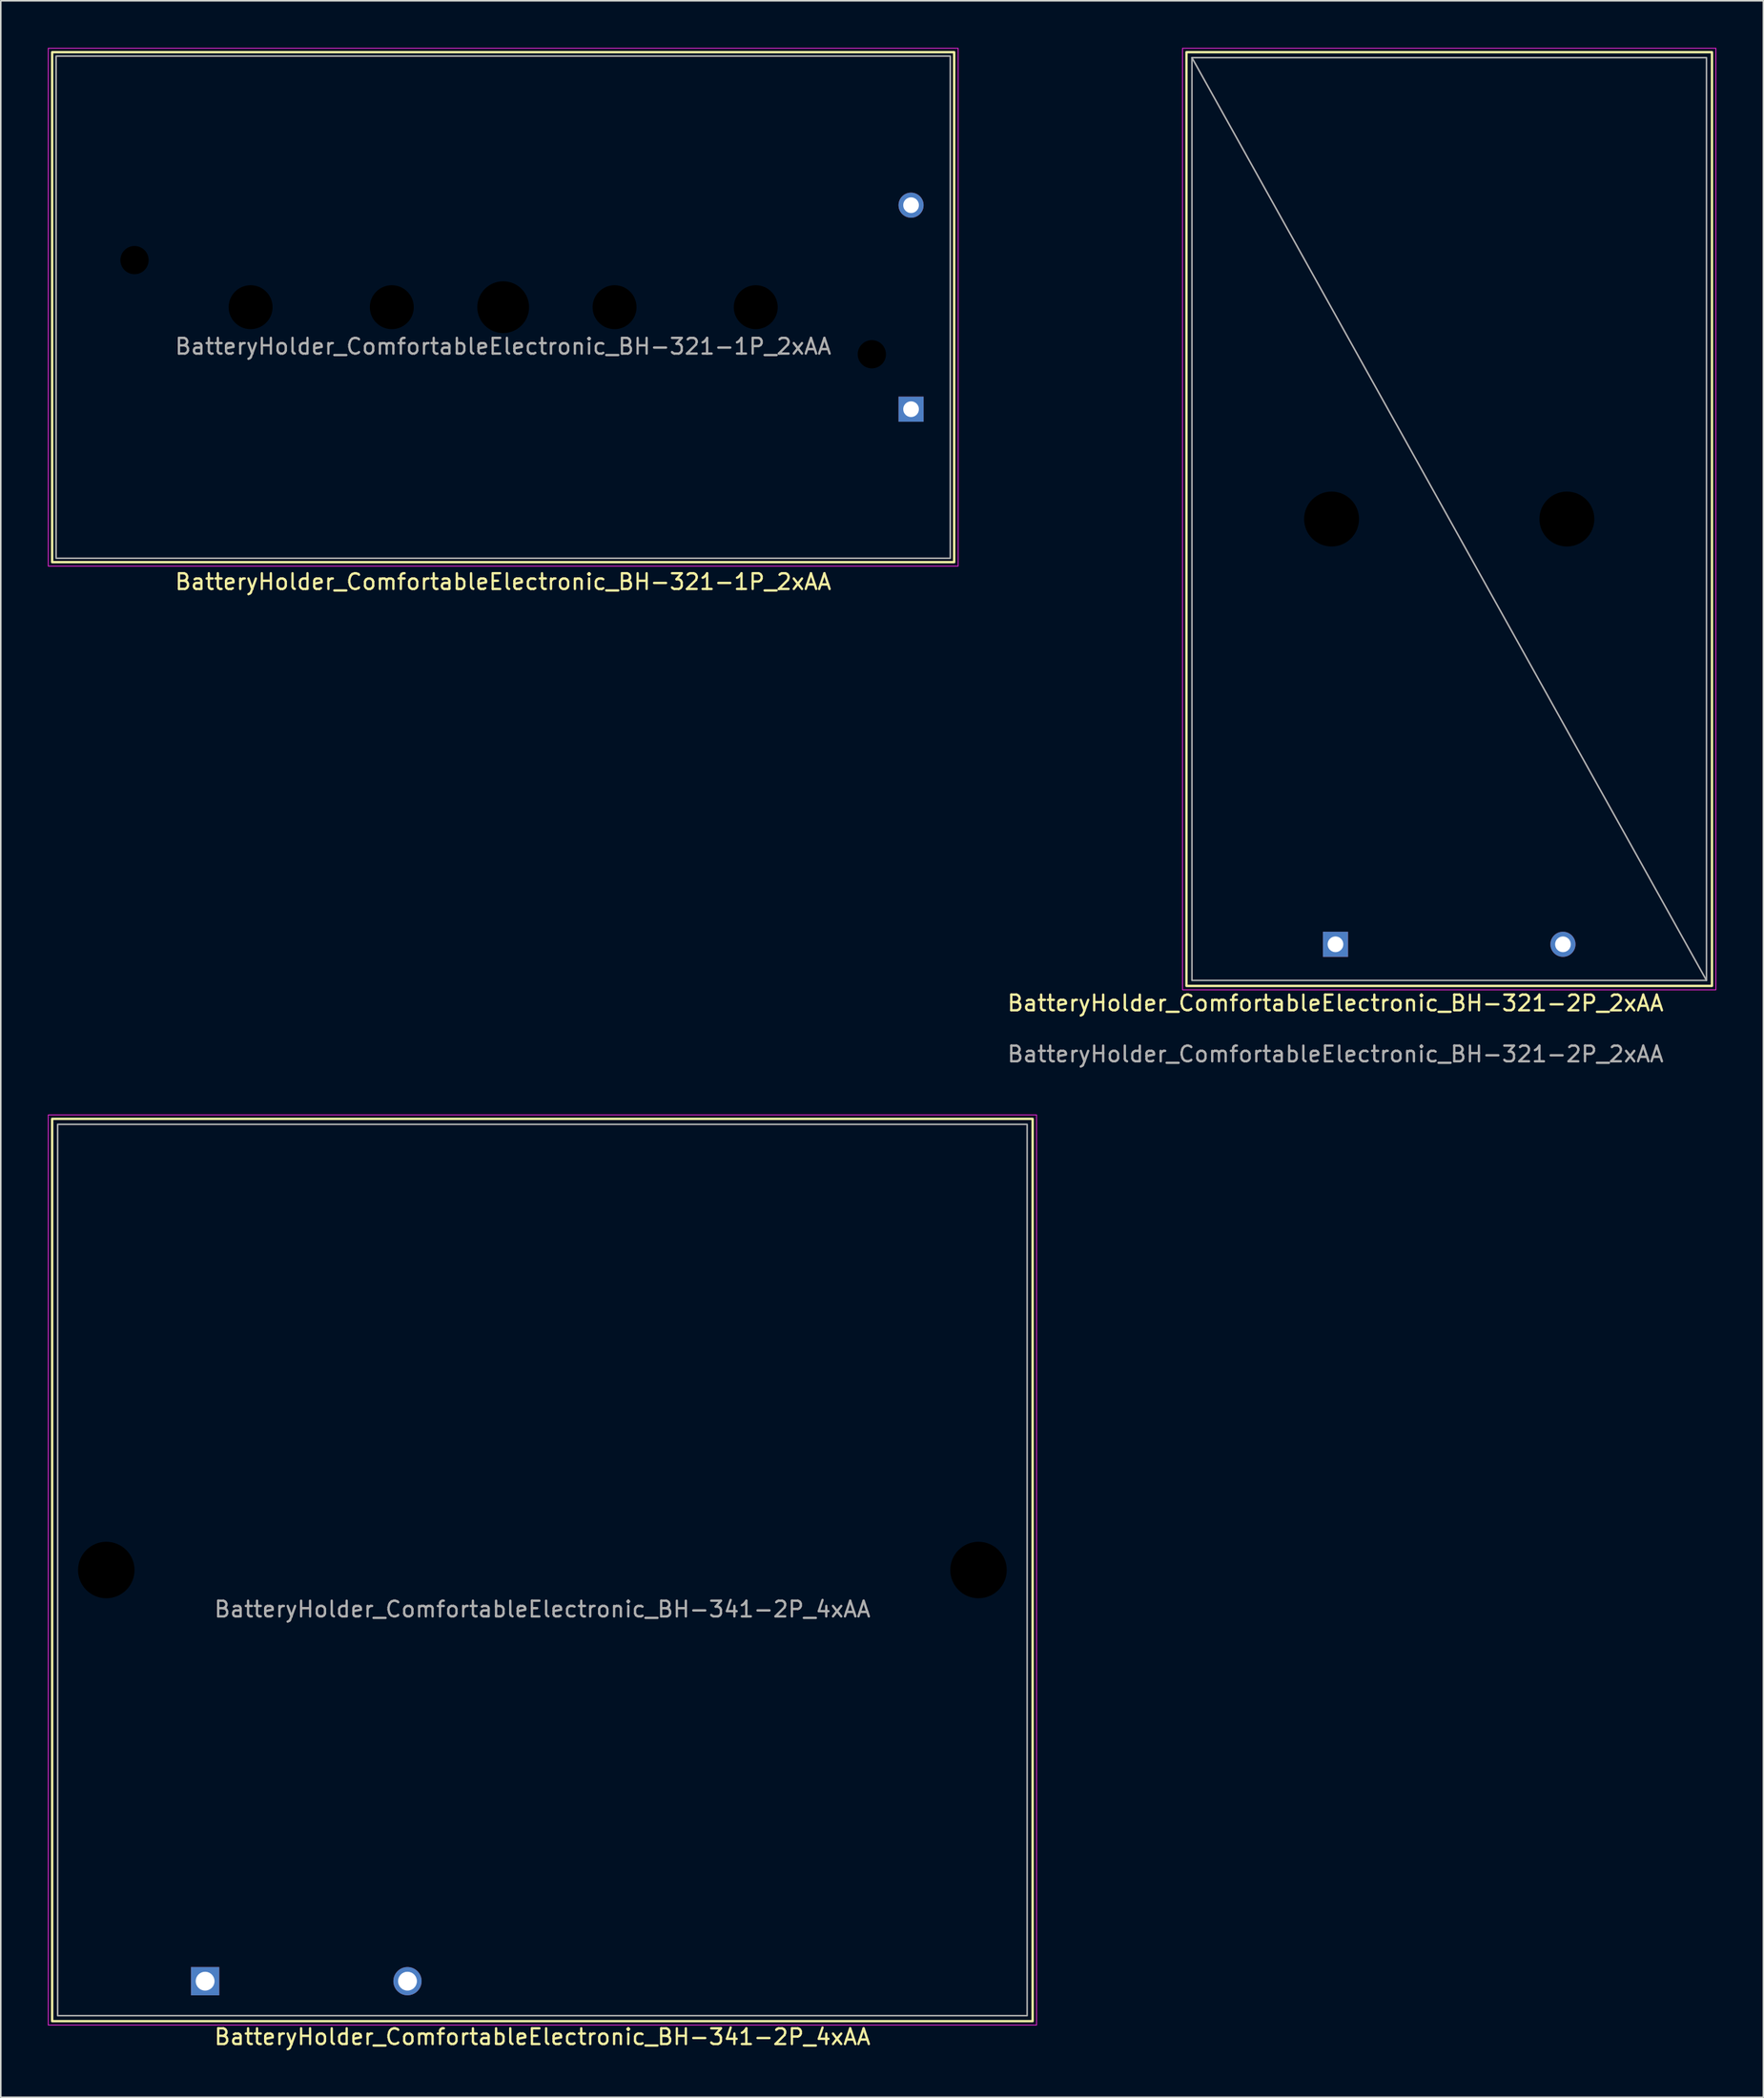
<source format=kicad_pcb>
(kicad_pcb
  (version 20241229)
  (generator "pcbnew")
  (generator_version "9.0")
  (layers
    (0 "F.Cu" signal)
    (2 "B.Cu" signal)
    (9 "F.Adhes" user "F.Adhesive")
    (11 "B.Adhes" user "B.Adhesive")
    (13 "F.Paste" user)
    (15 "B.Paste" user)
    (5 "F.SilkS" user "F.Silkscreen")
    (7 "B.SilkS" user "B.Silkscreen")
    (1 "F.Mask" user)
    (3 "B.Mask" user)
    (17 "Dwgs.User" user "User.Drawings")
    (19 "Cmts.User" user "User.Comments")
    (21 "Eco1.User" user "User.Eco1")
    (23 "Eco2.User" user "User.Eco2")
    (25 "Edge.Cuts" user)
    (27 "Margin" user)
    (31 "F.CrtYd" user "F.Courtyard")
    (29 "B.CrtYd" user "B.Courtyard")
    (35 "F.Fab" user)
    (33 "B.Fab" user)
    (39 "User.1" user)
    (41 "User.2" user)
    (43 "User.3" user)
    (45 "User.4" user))
  (footprint "BatteryHolder_ComfortableElectronic_BH-321-1P_2xAA"
    (layer "F.Cu")
    (at 29.025 16.525)
    (property "Reference" "BatteryHolder_ComfortableElectronic_BH-321-1P_2xAA" (at 0 17.5 0) (unlocked yes) (layer "F.SilkS") (effects (font (size 1 1) (thickness 0.15))))
    (attr through_hole)
    (fp_rect (start -28.75 -16.25) (end 28.75 16.25) (stroke (width 0.15) (type default)) (fill no) (layer "F.SilkS"))
    (fp_rect (start -29 -16.5) (end 29 16.5) (stroke (width 0.05) (type default)) (fill no) (layer "F.CrtYd"))
    (fp_rect (start -28.5 -16) (end 28.5 16) (stroke (width 0.1) (type default)) (fill no) (layer "F.Fab"))
    (fp_text user "${REFERENCE}" (at 0 2.5 0) (unlocked yes) (layer "F.Fab") (effects (font (size 1 1) (thickness 0.15))))
    (pad "" np_thru_hole circle (at -23.5 -3) (size 2 2) (drill 1.8) (layers "*.Mask"))
    (pad "" np_thru_hole circle (at -16.1 0) (size 3 3) (drill 2.8) (layers "*.Mask"))
    (pad "" np_thru_hole circle (at -7.1 0) (size 3 3) (drill 2.8) (layers "*.Mask"))
    (pad "" np_thru_hole circle (at 0 0) (size 3.5 3.5) (drill 3.3) (layers "*.Mask"))
    (pad "" np_thru_hole circle (at 7.1 0) (size 3 3) (drill 2.8) (layers "*.Mask"))
    (pad "" np_thru_hole circle (at 16.1 0) (size 3 3) (drill 2.8) (layers "*.Mask"))
    (pad "" np_thru_hole circle (at 23.5 3) (size 2 2) (drill 1.8) (layers "*.Mask"))
    (pad "1" thru_hole rect (at 26 6.5) (size 1.6 1.6) (drill 1) (layers "*.Cu" "*.Mask"))
    (pad "2" thru_hole circle (at 26 -6.5) (size 1.6 1.6) (drill 1) (layers "*.Cu" "*.Mask")))
  (footprint "BatteryHolder_ComfortableElectronic_BH-341-2P_4xAA"
    (layer "F.Cu")
    (at 31.525 96.998)
    (property "Reference" "BatteryHolder_ComfortableElectronic_BH-341-2P_4xAA" (at 0 29.75 0) (unlocked yes) (layer "F.SilkS") (effects (font (size 1 1) (thickness 0.15))))
    (attr through_hole)
    (fp_rect (start -31.25 -28.75) (end 31.25 28.75) (stroke (width 0.15) (type default)) (fill no) (layer "F.SilkS"))
    (fp_rect (start -31.5 -29) (end 31.5 29) (stroke (width 0.05) (type default)) (fill no) (layer "F.CrtYd"))
    (fp_rect (start -30.9 -28.4) (end 30.9 28.4) (stroke (width 0.1) (type solid)) (fill no) (layer "F.Fab"))
    (fp_text user "${REFERENCE}" (at 0 2.5 0) (unlocked yes) (layer "F.Fab") (effects (font (size 1 1) (thickness 0.15))))
    (pad "" np_thru_hole circle (at -27.8 0) (size 3.8 3.8) (drill 3.6) (layers "*.Mask"))
    (pad "" np_thru_hole circle (at 27.8 0) (size 3.8 3.8) (drill 3.6) (layers "*.Mask"))
    (pad "1" thru_hole rect (at -21.5 26.2) (size 1.8 1.8) (drill 1.2) (layers "*.Cu" "*.Mask"))
    (pad "2" thru_hole circle (at -8.6 26.2) (size 1.8 1.8) (drill 1.2) (layers "*.Cu" "*.Mask")))
  (footprint "BatteryHolder_ComfortableElectronic_BH-321-2P_2xAA"
    (layer "F.Cu")
    (at 82.08 57.125)
    (property "Reference" "BatteryHolder_ComfortableElectronic_BH-321-2P_2xAA" (at 0 3.75 0) (unlocked yes) (layer "F.SilkS") (effects (font (size 1 1) (thickness 0.15))))
    (attr through_hole)
    (fp_rect (start 24 -56.85) (end -9.5 2.65) (stroke (width 0.15) (type default)) (fill no) (layer "F.SilkS"))
    (fp_rect (start 24.25 -57.1) (end -9.75 2.9) (stroke (width 0.05) (type default)) (fill no) (layer "F.CrtYd"))
    (fp_line (start -9.15 -56.5) (end 23.65 2.3) (stroke (width 0.1) (type default)) (layer "F.Fab"))
    (fp_rect (start 23.65 -56.5) (end -9.15 2.3) (stroke (width 0.1) (type default)) (fill no) (layer "F.Fab"))
    (fp_text user "${REFERENCE}" (at 0 7 0) (unlocked yes) (layer "F.Fab") (effects (font (size 1 1) (thickness 0.15))))
    (pad "" np_thru_hole circle (at -0.25 -27.1 270) (size 3.7 3.7) (drill 3.5) (layers "*.Mask"))
    (pad "" np_thru_hole circle (at 14.75 -27.1 270) (size 3.7 3.7) (drill 3.5) (layers "*.Mask"))
    (pad "1" thru_hole rect (at 0 0 270) (size 1.6 1.6) (drill 1) (layers "*.Cu" "*.Mask"))
    (pad "2" thru_hole circle (at 14.5 0 270) (size 1.6 1.6) (drill 1) (layers "*.Cu" "*.Mask")))
  (gr_rect
    (start -3 -3)
    (end 109.355 130.596)
    (stroke (width 0.1) (type default))
    (fill no)
    (layer "Edge.Cuts")))
</source>
